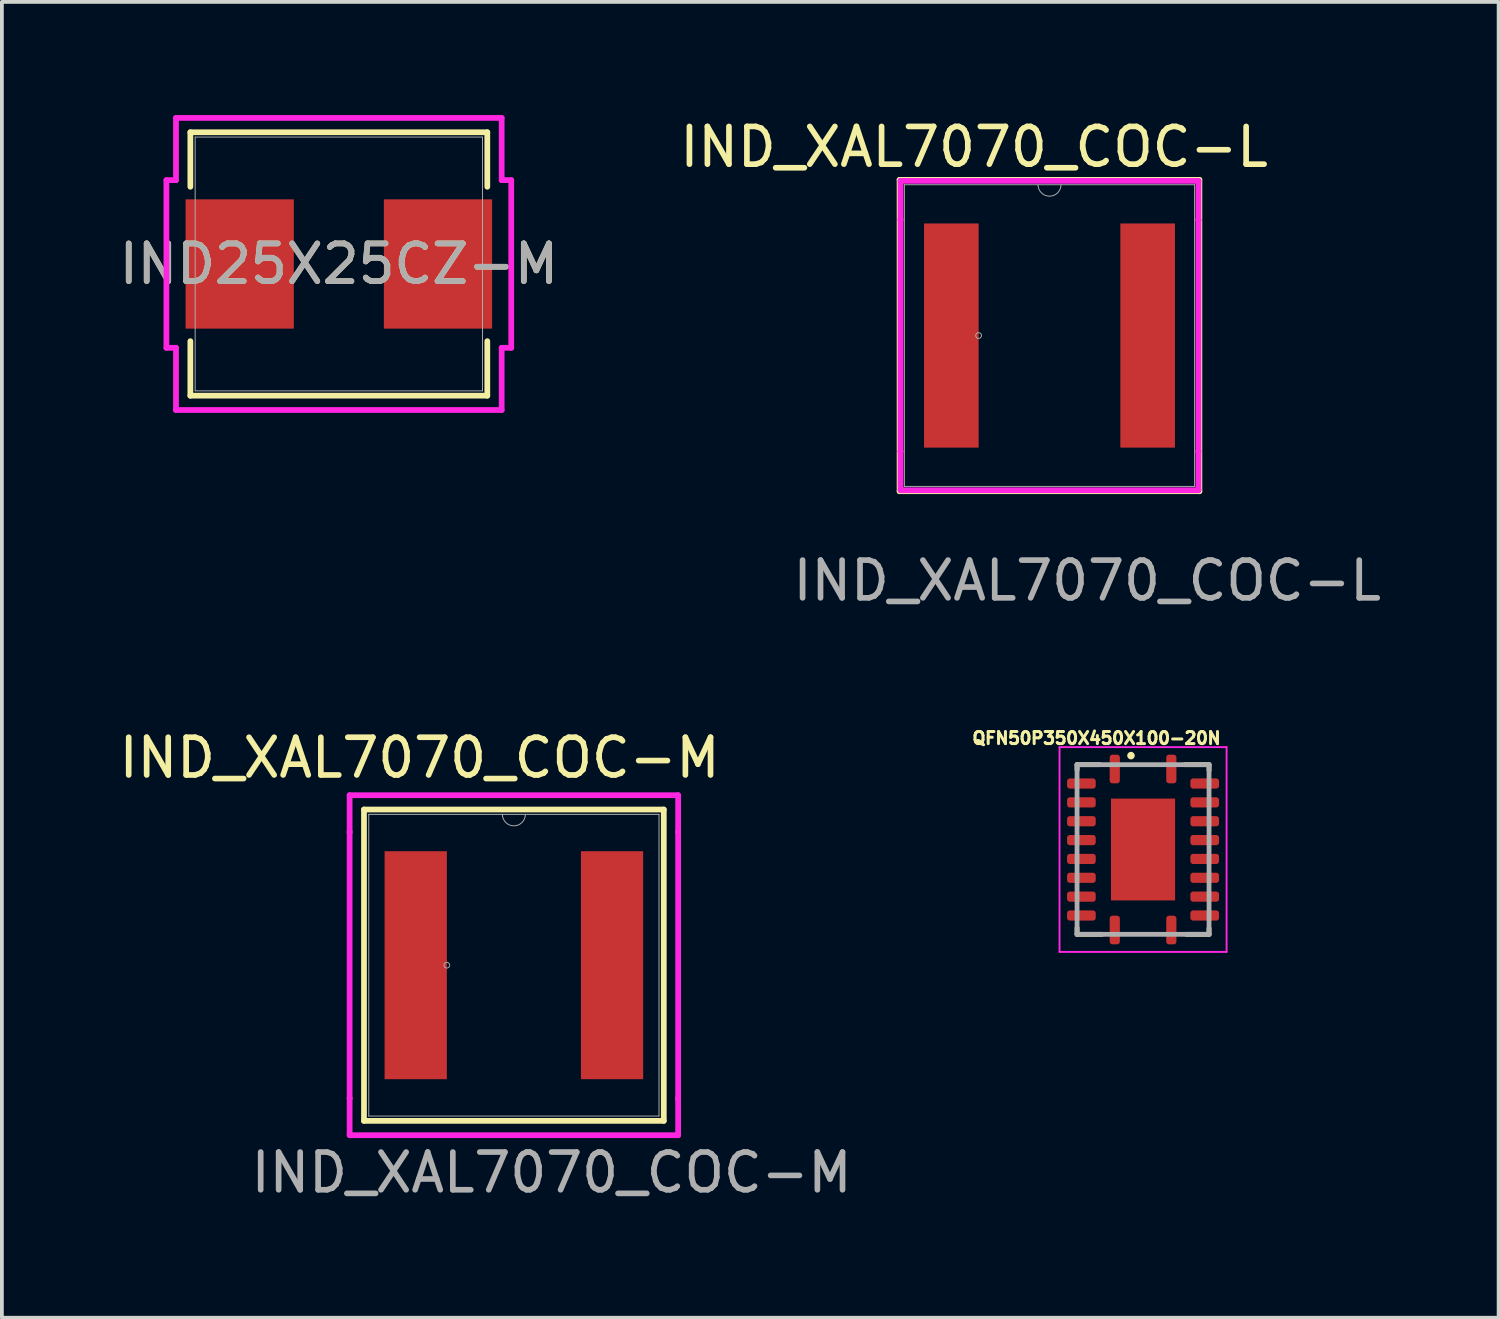
<source format=kicad_pcb>
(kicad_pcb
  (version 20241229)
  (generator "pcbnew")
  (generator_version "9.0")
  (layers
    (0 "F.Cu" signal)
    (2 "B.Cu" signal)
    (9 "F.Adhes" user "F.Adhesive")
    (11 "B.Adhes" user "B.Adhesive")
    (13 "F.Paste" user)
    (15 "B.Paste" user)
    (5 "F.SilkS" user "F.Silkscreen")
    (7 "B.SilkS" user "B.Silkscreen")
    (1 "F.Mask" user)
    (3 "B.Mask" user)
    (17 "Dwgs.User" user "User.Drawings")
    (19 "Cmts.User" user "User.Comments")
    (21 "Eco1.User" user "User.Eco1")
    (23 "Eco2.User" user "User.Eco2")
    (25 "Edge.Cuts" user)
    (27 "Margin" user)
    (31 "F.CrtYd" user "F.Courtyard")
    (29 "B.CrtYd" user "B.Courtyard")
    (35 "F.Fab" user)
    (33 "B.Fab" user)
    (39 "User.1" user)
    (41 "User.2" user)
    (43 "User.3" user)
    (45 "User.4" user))
  (footprint "IND_XAL7070_COC-M"
    (layer "F.Cu")
    (at 10.577 22.545)
    (property "Reference" "IND_XAL7070_COC-M" (at -2.5 -5.5 0) (unlocked yes) (layer "F.SilkS") (effects (font (size 1 1) (thickness 0.15))))
    (attr smd)
    (fp_line (start -3.975 -4.128) (end -3.975 4.128) (stroke (width 0.152) (type solid)) (layer "F.SilkS"))
    (fp_line (start -3.975 4.128) (end 3.975 4.128) (stroke (width 0.152) (type solid)) (layer "F.SilkS"))
    (fp_line (start 3.975 -4.128) (end -3.975 -4.128) (stroke (width 0.152) (type solid)) (layer "F.SilkS"))
    (fp_line (start 3.975 4.128) (end 3.975 -4.128) (stroke (width 0.152) (type solid)) (layer "F.SilkS"))
    (fp_line (start -4.356 -4.508) (end 4.356 -4.508) (stroke (width 0.152) (type solid)) (layer "F.CrtYd"))
    (fp_line (start -4.356 -3.531) (end -4.356 -4.508) (stroke (width 0.152) (type solid)) (layer "F.CrtYd"))
    (fp_line (start -4.356 -3.531) (end -4.356 -3.531) (stroke (width 0.152) (type solid)) (layer "F.CrtYd"))
    (fp_line (start -4.356 3.531) (end -4.356 -3.531) (stroke (width 0.152) (type solid)) (layer "F.CrtYd"))
    (fp_line (start -4.356 3.531) (end -4.356 3.531) (stroke (width 0.152) (type solid)) (layer "F.CrtYd"))
    (fp_line (start -4.356 4.508) (end -4.356 3.531) (stroke (width 0.152) (type solid)) (layer "F.CrtYd"))
    (fp_line (start 4.356 -4.508) (end 4.356 -3.531) (stroke (width 0.152) (type solid)) (layer "F.CrtYd"))
    (fp_line (start 4.356 -3.531) (end 4.356 -3.531) (stroke (width 0.152) (type solid)) (layer "F.CrtYd"))
    (fp_line (start 4.356 -3.531) (end 4.356 3.531) (stroke (width 0.152) (type solid)) (layer "F.CrtYd"))
    (fp_line (start 4.356 3.531) (end 4.356 3.531) (stroke (width 0.152) (type solid)) (layer "F.CrtYd"))
    (fp_line (start 4.356 3.531) (end 4.356 4.508) (stroke (width 0.152) (type solid)) (layer "F.CrtYd"))
    (fp_line (start 4.356 4.508) (end -4.356 4.508) (stroke (width 0.152) (type solid)) (layer "F.CrtYd"))
    (fp_line (start -3.848 -4) (end -3.848 4) (stroke (width 0.025) (type solid)) (layer "F.Fab"))
    (fp_line (start -3.848 4) (end 3.848 4) (stroke (width 0.025) (type solid)) (layer "F.Fab"))
    (fp_line (start 3.848 -4) (end -3.848 -4) (stroke (width 0.025) (type solid)) (layer "F.Fab"))
    (fp_line (start 3.848 4) (end 3.848 -4) (stroke (width 0.025) (type solid)) (layer "F.Fab"))
    (fp_arc (start 0.3048 -4.0005) (mid 0 -3.6957) (end -0.3048 -4.0005) (stroke (width 0.0254) (type solid)) (layer "F.Fab"))
    (fp_circle (center -1.778 0) (end -1.702 0) (stroke (width 0.025) (type solid)) (fill no) (layer "F.Fab"))
    (fp_text user "${REFERENCE}" (at 1 5.5 0) (unlocked yes) (layer "F.Fab") (effects (font (size 1 1) (thickness 0.15))))
    (pad "1" smd rect (at -2.603 0) (size 1.651 6.045) (layers "F.Cu" "F.Mask" "F.Paste"))
    (pad "2" smd rect (at 2.603 0) (size 1.651 6.045) (layers "F.Cu" "F.Mask" "F.Paste")))
  (footprint "QFN50P350X450X100-20N"
    (layer "F.Cu")
    (at 27.261 19.477)
    (property "Reference" "QFN50P350X450X100-20N" (at -1.234 -2.953 0) (layer "F.SilkS") (effects (font (size 0.32 0.32) (thickness 0.15))))
    (attr smd)
    (fp_line (start -1.75 -2.25) (end -1.15 -2.25) (stroke (width 0.127) (type solid)) (layer "F.SilkS"))
    (fp_line (start -1.75 -2.11) (end -1.75 -2.25) (stroke (width 0.127) (type solid)) (layer "F.SilkS"))
    (fp_line (start -1.75 2.08) (end -1.75 2.25) (stroke (width 0.127) (type solid)) (layer "F.SilkS"))
    (fp_line (start -1.75 2.25) (end -1.09 2.25) (stroke (width 0.127) (type solid)) (layer "F.SilkS"))
    (fp_line (start 1.11 -2.25) (end 1.75 -2.25) (stroke (width 0.127) (type solid)) (layer "F.SilkS"))
    (fp_line (start 1.75 -2.25) (end 1.75 -2.1) (stroke (width 0.127) (type solid)) (layer "F.SilkS"))
    (fp_line (start 1.75 2.09) (end 1.75 2.25) (stroke (width 0.127) (type solid)) (layer "F.SilkS"))
    (fp_line (start 1.75 2.25) (end 1.15 2.25) (stroke (width 0.127) (type solid)) (layer "F.SilkS"))
    (fp_circle (center -0.32 -2.49) (end -0.22 -2.49) (stroke (width 0) (type solid)) (fill yes) (layer "F.SilkS"))
    (fp_poly (pts (xy -0.651 0.1) (xy -0.1 0.1) (xy -0.1 1.151) (xy -0.651 1.151)) (stroke (width 0.01) (type solid)) (fill yes) (layer "F.Paste"))
    (fp_poly (pts (xy -0.65 -1.15) (xy -0.1 -1.15) (xy -0.1 -0.1) (xy -0.65 -0.1)) (stroke (width 0.01) (type solid)) (fill yes) (layer "F.Paste"))
    (fp_poly (pts (xy 0.1 0.1) (xy 0.65 0.1) (xy 0.65 1.151) (xy 0.1 1.151)) (stroke (width 0.01) (type solid)) (fill yes) (layer "F.Paste"))
    (fp_poly (pts (xy 0.1 -1.15) (xy 0.65 -1.15) (xy 0.65 -0.1) (xy 0.1 -0.1)) (stroke (width 0.01) (type solid)) (fill yes) (layer "F.Paste"))
    (fp_line (start -2.215 -2.715) (end 2.215 -2.715) (stroke (width 0.05) (type solid)) (layer "F.CrtYd"))
    (fp_line (start -2.215 2.715) (end -2.215 -2.715) (stroke (width 0.05) (type solid)) (layer "F.CrtYd"))
    (fp_line (start 2.215 -2.715) (end 2.215 2.715) (stroke (width 0.05) (type solid)) (layer "F.CrtYd"))
    (fp_line (start 2.215 2.715) (end -2.215 2.715) (stroke (width 0.05) (type solid)) (layer "F.CrtYd"))
    (fp_line (start -1.75 -2.25) (end -1.75 2.25) (stroke (width 0.127) (type solid)) (layer "F.Fab"))
    (fp_line (start -1.75 2.25) (end 1.75 2.25) (stroke (width 0.127) (type solid)) (layer "F.Fab"))
    (fp_line (start 1.75 -2.25) (end -1.75 -2.25) (stroke (width 0.127) (type solid)) (layer "F.Fab"))
    (fp_line (start 1.75 2.25) (end 1.75 -2.25) (stroke (width 0.127) (type solid)) (layer "F.Fab"))
    (pad "1" smd roundrect (at -0.75 -2.135) (size 0.27 0.76) (layers "F.Cu" "F.Mask" "F.Paste") (roundrect_rratio 0.27))
    (pad "2" smd roundrect (at -1.635 -1.75) (size 0.76 0.27) (layers "F.Cu" "F.Mask" "F.Paste") (roundrect_rratio 0.27))
    (pad "3" smd roundrect (at -1.635 -1.25) (size 0.76 0.27) (layers "F.Cu" "F.Mask" "F.Paste") (roundrect_rratio 0.27))
    (pad "4" smd roundrect (at -1.635 -0.75) (size 0.76 0.27) (layers "F.Cu" "F.Mask" "F.Paste") (roundrect_rratio 0.27))
    (pad "5" smd roundrect (at -1.635 -0.25) (size 0.76 0.27) (layers "F.Cu" "F.Mask" "F.Paste") (roundrect_rratio 0.27))
    (pad "6" smd roundrect (at -1.635 0.25) (size 0.76 0.27) (layers "F.Cu" "F.Mask" "F.Paste") (roundrect_rratio 0.27))
    (pad "7" smd roundrect (at -1.635 0.75) (size 0.76 0.27) (layers "F.Cu" "F.Mask" "F.Paste") (roundrect_rratio 0.27))
    (pad "8" smd roundrect (at -1.635 1.25) (size 0.76 0.27) (layers "F.Cu" "F.Mask" "F.Paste") (roundrect_rratio 0.27))
    (pad "9" smd roundrect (at -1.635 1.75) (size 0.76 0.27) (layers "F.Cu" "F.Mask" "F.Paste") (roundrect_rratio 0.27))
    (pad "10" smd roundrect (at -0.75 2.135) (size 0.27 0.76) (layers "F.Cu" "F.Mask" "F.Paste") (roundrect_rratio 0.27))
    (pad "11" smd roundrect (at 0.75 2.135) (size 0.27 0.76) (layers "F.Cu" "F.Mask" "F.Paste") (roundrect_rratio 0.27))
    (pad "12" smd roundrect (at 1.635 1.75) (size 0.76 0.27) (layers "F.Cu" "F.Mask" "F.Paste") (roundrect_rratio 0.27))
    (pad "13" smd roundrect (at 1.635 1.25) (size 0.76 0.27) (layers "F.Cu" "F.Mask" "F.Paste") (roundrect_rratio 0.27))
    (pad "14" smd roundrect (at 1.635 0.75) (size 0.76 0.27) (layers "F.Cu" "F.Mask" "F.Paste") (roundrect_rratio 0.27))
    (pad "15" smd roundrect (at 1.635 0.25) (size 0.76 0.27) (layers "F.Cu" "F.Mask" "F.Paste") (roundrect_rratio 0.27))
    (pad "16" smd roundrect (at 1.635 -0.25) (size 0.76 0.27) (layers "F.Cu" "F.Mask" "F.Paste") (roundrect_rratio 0.27))
    (pad "17" smd roundrect (at 1.635 -0.75) (size 0.76 0.27) (layers "F.Cu" "F.Mask" "F.Paste") (roundrect_rratio 0.27))
    (pad "18" smd roundrect (at 1.635 -1.25) (size 0.76 0.27) (layers "F.Cu" "F.Mask" "F.Paste") (roundrect_rratio 0.27))
    (pad "19" smd roundrect (at 1.635 -1.75) (size 0.76 0.27) (layers "F.Cu" "F.Mask" "F.Paste") (roundrect_rratio 0.27))
    (pad "20" smd roundrect (at 0.75 -2.135) (size 0.27 0.76) (layers "F.Cu" "F.Mask" "F.Paste") (roundrect_rratio 0.27))
    (pad "21" smd rect (at 0 0) (size 1.7 2.7) (layers "F.Cu" "F.Mask")))
  (footprint "IND25X25CZ-M"
    (layer "F.Cu")
    (at 5.935 3.95)
    (property "Reference" "IND25X25CZ-M" (at 0 0 0) (unlocked yes) (layer "F.SilkS") (effects (font (size 1 1) (thickness 0.15))))
    (attr smd)
    (fp_line (start -3.937 -3.493) (end -3.937 -2.047) (stroke (width 0.152) (type solid)) (layer "F.SilkS"))
    (fp_line (start -3.937 2.047) (end -3.937 3.493) (stroke (width 0.152) (type solid)) (layer "F.SilkS"))
    (fp_line (start -3.937 3.493) (end 3.937 3.493) (stroke (width 0.152) (type solid)) (layer "F.SilkS"))
    (fp_line (start 3.937 -3.493) (end -3.937 -3.493) (stroke (width 0.152) (type solid)) (layer "F.SilkS"))
    (fp_line (start 3.937 -2.047) (end 3.937 -3.493) (stroke (width 0.152) (type solid)) (layer "F.SilkS"))
    (fp_line (start 3.937 3.493) (end 3.937 2.047) (stroke (width 0.152) (type solid)) (layer "F.SilkS"))
    (fp_line (start -4.572 -2.223) (end -4.318 -2.223) (stroke (width 0.152) (type solid)) (layer "F.CrtYd"))
    (fp_line (start -4.572 2.223) (end -4.572 -2.223) (stroke (width 0.152) (type solid)) (layer "F.CrtYd"))
    (fp_line (start -4.318 -3.873) (end 4.318 -3.873) (stroke (width 0.152) (type solid)) (layer "F.CrtYd"))
    (fp_line (start -4.318 -2.223) (end -4.318 -3.873) (stroke (width 0.152) (type solid)) (layer "F.CrtYd"))
    (fp_line (start -4.318 2.223) (end -4.572 2.223) (stroke (width 0.152) (type solid)) (layer "F.CrtYd"))
    (fp_line (start -4.318 2.223) (end -4.318 3.873) (stroke (width 0.152) (type solid)) (layer "F.CrtYd"))
    (fp_line (start -4.318 3.873) (end 4.318 3.873) (stroke (width 0.152) (type solid)) (layer "F.CrtYd"))
    (fp_line (start 4.318 -3.873) (end 4.318 -2.223) (stroke (width 0.152) (type solid)) (layer "F.CrtYd"))
    (fp_line (start 4.318 -2.223) (end 4.572 -2.223) (stroke (width 0.152) (type solid)) (layer "F.CrtYd"))
    (fp_line (start 4.318 2.223) (end 4.572 2.223) (stroke (width 0.152) (type solid)) (layer "F.CrtYd"))
    (fp_line (start 4.318 3.873) (end 4.318 2.223) (stroke (width 0.152) (type solid)) (layer "F.CrtYd"))
    (fp_line (start 4.572 -2.223) (end 4.572 2.223) (stroke (width 0.152) (type solid)) (layer "F.CrtYd"))
    (fp_line (start -3.81 -3.365) (end -3.81 3.365) (stroke (width 0.025) (type solid)) (layer "F.Fab"))
    (fp_line (start -3.81 3.365) (end 3.81 3.365) (stroke (width 0.025) (type solid)) (layer "F.Fab"))
    (fp_line (start 3.81 -3.365) (end -3.81 -3.365) (stroke (width 0.025) (type solid)) (layer "F.Fab"))
    (fp_line (start 3.81 3.365) (end 3.81 -3.365) (stroke (width 0.025) (type solid)) (layer "F.Fab"))
    (fp_text user "${REFERENCE}" (at 0 0 0) (unlocked yes) (layer "F.Fab") (effects (font (size 1 1) (thickness 0.15))))
    (pad "1" smd rect (at -2.629 0 90) (size 3.429 2.87) (layers "F.Cu" "F.Mask" "F.Paste"))
    (pad "2" smd rect (at 2.629 0 90) (size 3.429 2.87) (layers "F.Cu" "F.Mask" "F.Paste")))
  (footprint "IND_XAL7070_COC-L"
    (layer "F.Cu")
    (at 24.78 5.848)
    (property "Reference" "IND_XAL7070_COC-L" (at -2 -5 0) (unlocked yes) (layer "F.SilkS") (effects (font (size 1 1) (thickness 0.15))))
    (attr smd)
    (fp_line (start -3.975 -4.128) (end -3.975 4.128) (stroke (width 0.152) (type solid)) (layer "F.SilkS"))
    (fp_line (start -3.975 4.128) (end 3.975 4.128) (stroke (width 0.152) (type solid)) (layer "F.SilkS"))
    (fp_line (start 3.975 -4.128) (end -3.975 -4.128) (stroke (width 0.152) (type solid)) (layer "F.SilkS"))
    (fp_line (start 3.975 4.128) (end 3.975 -4.128) (stroke (width 0.152) (type solid)) (layer "F.SilkS"))
    (fp_line (start -3.95 -4.102) (end 3.95 -4.102) (stroke (width 0.152) (type solid)) (layer "F.CrtYd"))
    (fp_line (start -3.95 -3.073) (end -3.95 -4.102) (stroke (width 0.152) (type solid)) (layer "F.CrtYd"))
    (fp_line (start -3.95 -3.073) (end -3.95 -3.073) (stroke (width 0.152) (type solid)) (layer "F.CrtYd"))
    (fp_line (start -3.95 3.073) (end -3.95 -3.073) (stroke (width 0.152) (type solid)) (layer "F.CrtYd"))
    (fp_line (start -3.95 3.073) (end -3.95 3.073) (stroke (width 0.152) (type solid)) (layer "F.CrtYd"))
    (fp_line (start -3.95 4.102) (end -3.95 3.073) (stroke (width 0.152) (type solid)) (layer "F.CrtYd"))
    (fp_line (start 3.95 -4.102) (end 3.95 -3.073) (stroke (width 0.152) (type solid)) (layer "F.CrtYd"))
    (fp_line (start 3.95 -3.073) (end 3.95 -3.073) (stroke (width 0.152) (type solid)) (layer "F.CrtYd"))
    (fp_line (start 3.95 -3.073) (end 3.95 3.073) (stroke (width 0.152) (type solid)) (layer "F.CrtYd"))
    (fp_line (start 3.95 3.073) (end 3.95 3.073) (stroke (width 0.152) (type solid)) (layer "F.CrtYd"))
    (fp_line (start 3.95 3.073) (end 3.95 4.102) (stroke (width 0.152) (type solid)) (layer "F.CrtYd"))
    (fp_line (start 3.95 4.102) (end -3.95 4.102) (stroke (width 0.152) (type solid)) (layer "F.CrtYd"))
    (fp_line (start -3.848 -4) (end -3.848 4) (stroke (width 0.025) (type solid)) (layer "F.Fab"))
    (fp_line (start -3.848 4) (end 3.848 4) (stroke (width 0.025) (type solid)) (layer "F.Fab"))
    (fp_line (start 3.848 -4) (end -3.848 -4) (stroke (width 0.025) (type solid)) (layer "F.Fab"))
    (fp_line (start 3.848 4) (end 3.848 -4) (stroke (width 0.025) (type solid)) (layer "F.Fab"))
    (fp_arc (start 0.3048 -4.0005) (mid 0 -3.6957) (end -0.3048 -4.0005) (stroke (width 0.0254) (type solid)) (layer "F.Fab"))
    (fp_circle (center -1.88 0) (end -1.803 0) (stroke (width 0.025) (type solid)) (fill no) (layer "F.Fab"))
    (fp_text user "${REFERENCE}" (at 1 6.5 0) (unlocked yes) (layer "F.Fab") (effects (font (size 1 1) (thickness 0.15))))
    (pad "1" smd rect (at -2.603 0) (size 1.448 5.944) (layers "F.Cu" "F.Mask" "F.Paste"))
    (pad "2" smd rect (at 2.603 0) (size 1.448 5.944) (layers "F.Cu" "F.Mask" "F.Paste")))
  (gr_rect
    (start -3 -3)
    (end 36.69 31.893)
    (stroke (width 0.1) (type default))
    (fill no)
    (layer "Edge.Cuts")))
</source>
